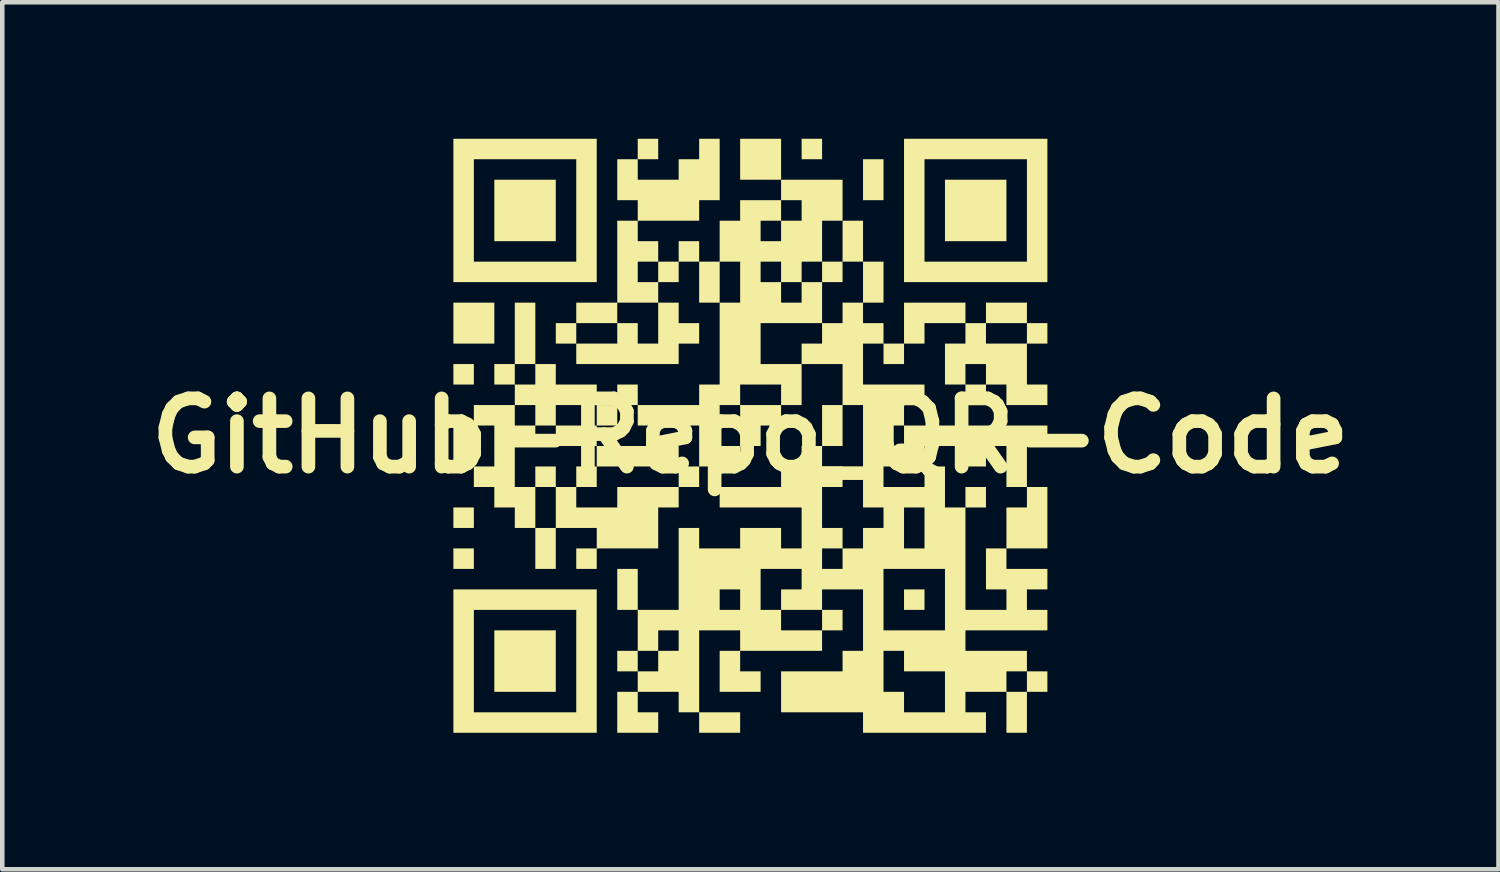
<source format=kicad_pcb>
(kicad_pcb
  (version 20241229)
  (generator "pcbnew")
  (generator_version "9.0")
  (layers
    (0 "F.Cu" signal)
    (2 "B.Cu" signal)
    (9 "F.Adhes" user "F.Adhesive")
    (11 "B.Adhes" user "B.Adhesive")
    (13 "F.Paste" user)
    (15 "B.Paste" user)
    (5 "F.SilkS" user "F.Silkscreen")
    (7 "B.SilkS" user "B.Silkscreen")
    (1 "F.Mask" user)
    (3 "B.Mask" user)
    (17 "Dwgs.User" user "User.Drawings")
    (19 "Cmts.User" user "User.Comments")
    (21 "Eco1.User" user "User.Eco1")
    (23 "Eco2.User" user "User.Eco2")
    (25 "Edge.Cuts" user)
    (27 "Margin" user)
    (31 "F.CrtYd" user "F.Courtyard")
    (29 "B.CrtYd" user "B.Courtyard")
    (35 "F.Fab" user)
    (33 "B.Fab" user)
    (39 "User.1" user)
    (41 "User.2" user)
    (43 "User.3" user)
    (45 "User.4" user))
  (footprint "GitHub-Repo_QR-Code"
    (layer "F.Cu")
    (at 13.443 6.528)
    (property "Reference" "GitHub-Repo_QR-Code" (at 0 0 0) (layer "F.SilkS") (effects (font (size 1.5 1.5) (thickness 0.3))))
    (attr board_only exclude_from_pos_files exclude_from_bom)
    (fp_poly (pts (xy -6.078 -1.351) (xy -6.078 -1.126) (xy -6.303 -1.126) (xy -6.528 -1.126) (xy -6.528 -1.351) (xy -6.528 -1.576) (xy -6.303 -1.576) (xy -6.078 -1.576)) (stroke (width 0) (type solid)) (fill yes) (layer "F.SilkS"))
    (fp_poly (pts (xy -6.078 1.801) (xy -6.078 2.026) (xy -6.303 2.026) (xy -6.528 2.026) (xy -6.528 1.801) (xy -6.528 1.576) (xy -6.303 1.576) (xy -6.078 1.576)) (stroke (width 0) (type solid)) (fill yes) (layer "F.SilkS"))
    (fp_poly (pts (xy -6.078 2.701) (xy -6.078 2.926) (xy -6.303 2.926) (xy -6.528 2.926) (xy -6.528 2.701) (xy -6.528 2.476) (xy -6.303 2.476) (xy -6.078 2.476)) (stroke (width 0) (type solid)) (fill yes) (layer "F.SilkS"))
    (fp_poly (pts (xy -5.628 -2.476) (xy -5.628 -2.026) (xy -6.078 -2.026) (xy -6.528 -2.026) (xy -6.528 -2.476) (xy -6.528 -2.926) (xy -6.078 -2.926) (xy -5.628 -2.926)) (stroke (width 0) (type solid)) (fill yes) (layer "F.SilkS"))
    (fp_poly (pts (xy -4.277 -4.952) (xy -4.277 -4.277) (xy -4.952 -4.277) (xy -5.628 -4.277) (xy -5.628 -4.952) (xy -5.628 -5.628) (xy -4.952 -5.628) (xy -4.277 -5.628)) (stroke (width 0) (type solid)) (fill yes) (layer "F.SilkS"))
    (fp_poly (pts (xy -4.277 0.9) (xy -4.277 1.126) (xy -4.502 1.126) (xy -4.727 1.126) (xy -4.727 0.9) (xy -4.727 0.675) (xy -4.502 0.675) (xy -4.277 0.675)) (stroke (width 0) (type solid)) (fill yes) (layer "F.SilkS"))
    (fp_poly (pts (xy -4.277 4.952) (xy -4.277 5.628) (xy -4.952 5.628) (xy -5.628 5.628) (xy -5.628 4.952) (xy -5.628 4.277) (xy -4.952 4.277) (xy -4.277 4.277)) (stroke (width 0) (type solid)) (fill yes) (layer "F.SilkS"))
    (fp_poly (pts (xy -3.377 0) (xy -3.377 0.225) (xy -3.827 0.225) (xy -4.277 0.225) (xy -4.277 0) (xy -4.277 -0.225) (xy -3.827 -0.225) (xy -3.377 -0.225)) (stroke (width 0) (type solid)) (fill yes) (layer "F.SilkS"))
    (fp_poly (pts (xy -0.225 6.303) (xy -0.225 6.528) (xy -0.675 6.528) (xy -1.126 6.528) (xy -1.126 6.303) (xy -1.126 6.078) (xy -0.675 6.078) (xy -0.225 6.078)) (stroke (width 0) (type solid)) (fill yes) (layer "F.SilkS"))
    (fp_poly (pts (xy 0.675 -6.078) (xy 0.675 -5.628) (xy 0.225 -5.628) (xy -0.225 -5.628) (xy -0.225 -6.078) (xy -0.225 -6.528) (xy 0.225 -6.528) (xy 0.675 -6.528)) (stroke (width 0) (type solid)) (fill yes) (layer "F.SilkS"))
    (fp_poly (pts (xy 1.576 -6.303) (xy 1.576 -6.078) (xy 1.351 -6.078) (xy 1.126 -6.078) (xy 1.126 -6.303) (xy 1.126 -6.528) (xy 1.351 -6.528) (xy 1.576 -6.528)) (stroke (width 0) (type solid)) (fill yes) (layer "F.SilkS"))
    (fp_poly (pts (xy 2.026 -3.602) (xy 2.026 -3.377) (xy 1.801 -3.377) (xy 1.576 -3.377) (xy 1.576 -3.602) (xy 1.576 -3.827) (xy 1.801 -3.827) (xy 2.026 -3.827)) (stroke (width 0) (type solid)) (fill yes) (layer "F.SilkS"))
    (fp_poly (pts (xy 2.476 -4.277) (xy 2.476 -3.827) (xy 2.251 -3.827) (xy 2.026 -3.827) (xy 2.026 -4.277) (xy 2.026 -4.727) (xy 2.251 -4.727) (xy 2.476 -4.727)) (stroke (width 0) (type solid)) (fill yes) (layer "F.SilkS"))
    (fp_poly (pts (xy 2.926 -5.628) (xy 2.926 -5.178) (xy 2.701 -5.178) (xy 2.476 -5.178) (xy 2.476 -5.628) (xy 2.476 -6.078) (xy 2.701 -6.078) (xy 2.926 -6.078)) (stroke (width 0) (type solid)) (fill yes) (layer "F.SilkS"))
    (fp_poly (pts (xy 3.827 3.602) (xy 3.827 3.827) (xy 3.602 3.827) (xy 3.377 3.827) (xy 3.377 3.602) (xy 3.377 3.377) (xy 3.602 3.377) (xy 3.827 3.377)) (stroke (width 0) (type solid)) (fill yes) (layer "F.SilkS"))
    (fp_poly (pts (xy 5.178 1.351) (xy 5.178 1.576) (xy 4.952 1.576) (xy 4.727 1.576) (xy 4.727 1.351) (xy 4.727 1.126) (xy 4.952 1.126) (xy 5.178 1.126)) (stroke (width 0) (type solid)) (fill yes) (layer "F.SilkS"))
    (fp_poly (pts (xy 5.628 -4.952) (xy 5.628 -4.277) (xy 4.952 -4.277) (xy 4.277 -4.277) (xy 4.277 -4.952) (xy 4.277 -5.628) (xy 4.952 -5.628) (xy 5.628 -5.628)) (stroke (width 0) (type solid)) (fill yes) (layer "F.SilkS"))
    (fp_poly (pts (xy -1.576 0.45) (xy -1.576 0.675) (xy -2.476 0.675) (xy -3.377 0.675) (xy -3.377 0.9) (xy -3.377 1.126) (xy -3.602 1.126) (xy -3.827 1.126) (xy -3.827 0.9) (xy -3.827 0.675) (xy -3.602 0.675) (xy -3.377 0.675) (xy -3.377 0.45) (xy -3.377 0.225) (xy -2.476 0.225) (xy -1.576 0.225)) (stroke (width 0) (type solid)) (fill yes) (layer "F.SilkS"))
    (fp_poly (pts (xy -3.377 -4.952) (xy -3.377 -3.377) (xy -4.952 -3.377) (xy -6.528 -3.377) (xy -6.528 -4.952) (xy -6.528 -6.078) (xy -6.078 -6.078) (xy -6.078 -4.952) (xy -6.078 -3.827) (xy -4.952 -3.827) (xy -3.827 -3.827) (xy -3.827 -4.952) (xy -3.827 -6.078) (xy -4.952 -6.078) (xy -6.078 -6.078) (xy -6.528 -6.078) (xy -6.528 -6.528) (xy -4.952 -6.528) (xy -3.377 -6.528)) (stroke (width 0) (type solid)) (fill yes) (layer "F.SilkS"))
    (fp_poly (pts (xy -3.377 4.952) (xy -3.377 6.528) (xy -4.952 6.528) (xy -6.528 6.528) (xy -6.528 4.952) (xy -6.528 3.827) (xy -6.078 3.827) (xy -6.078 4.952) (xy -6.078 6.078) (xy -4.952 6.078) (xy -3.827 6.078) (xy -3.827 4.952) (xy -3.827 3.827) (xy -4.952 3.827) (xy -6.078 3.827) (xy -6.528 3.827) (xy -6.528 3.377) (xy -4.952 3.377) (xy -3.377 3.377)) (stroke (width 0) (type solid)) (fill yes) (layer "F.SilkS"))
    (fp_poly (pts (xy 6.528 -4.952) (xy 6.528 -3.377) (xy 4.952 -3.377) (xy 3.377 -3.377) (xy 3.377 -4.952) (xy 3.377 -6.078) (xy 3.827 -6.078) (xy 3.827 -4.952) (xy 3.827 -3.827) (xy 4.952 -3.827) (xy 6.078 -3.827) (xy 6.078 -4.952) (xy 6.078 -6.078) (xy 4.952 -6.078) (xy 3.827 -6.078) (xy 3.377 -6.078) (xy 3.377 -6.528) (xy 4.952 -6.528) (xy 6.528 -6.528)) (stroke (width 0) (type solid)) (fill yes) (layer "F.SilkS"))
    (fp_poly (pts (xy -2.026 -6.303) (xy -2.026 -6.078) (xy -2.251 -6.078) (xy -2.476 -6.078) (xy -2.476 -5.853) (xy -2.476 -5.628) (xy -2.026 -5.628) (xy -1.576 -5.628) (xy -1.576 -5.853) (xy -1.576 -6.078) (xy -1.351 -6.078) (xy -1.126 -6.078) (xy -1.126 -6.303) (xy -1.126 -6.528) (xy -0.9 -6.528) (xy -0.675 -6.528) (xy -0.675 -5.853) (xy -0.675 -5.178) (xy -0.9 -5.178) (xy -1.126 -5.178) (xy -1.126 -4.952) (xy -1.126 -4.727) (xy -1.801 -4.727) (xy -2.476 -4.727) (xy -2.476 -4.502) (xy -2.476 -4.277) (xy -2.251 -4.277) (xy -2.026 -4.277) (xy -2.026 -4.052) (xy -2.026 -3.827) (xy -1.801 -3.827) (xy -1.576 -3.827) (xy -1.576 -4.052) (xy -1.576 -4.277) (xy -1.351 -4.277) (xy -1.126 -4.277) (xy -1.126 -4.052) (xy -1.126 -3.827) (xy -0.9 -3.827) (xy -0.675 -3.827) (xy -0.675 -3.377) (xy -0.675 -2.926) (xy -0.45 -2.926) (xy -0.225 -2.926) (xy -0.225 -3.377) (xy -0.225 -3.827) (xy -0.45 -3.827) (xy -0.675 -3.827) (xy -0.675 -4.277) (xy 0.225 -4.277) (xy 0.45 -4.277) (xy 0.675 -4.277) (xy 0.675 -4.502) (xy 0.675 -4.727) (xy 0.9 -4.727) (xy 1.126 -4.727) (xy 1.126 -4.952) (xy 1.126 -5.178) (xy 0.9 -5.178) (xy 0.675 -5.178) (xy 0.675 -4.952) (xy 0.675 -4.727) (xy 0.45 -4.727) (xy 0.225 -4.727) (xy 0.225 -4.502) (xy 0.225 -4.277) (xy -0.675 -4.277) (xy -0.675 -4.727) (xy -0.45 -4.727) (xy -0.225 -4.727) (xy -0.225 -4.952) (xy -0.225 -5.178) (xy 0.225 -5.178) (xy 0.675 -5.178) (xy 0.675 -5.403) (xy 0.675 -5.628) (xy 1.351 -5.628) (xy 2.026 -5.628) (xy 2.026 -5.178) (xy 2.026 -4.727) (xy 1.801 -4.727) (xy 1.576 -4.727) (xy 1.576 -4.277) (xy 1.576 -3.827) (xy 1.351 -3.827) (xy 1.126 -3.827) (xy 1.126 -3.602) (xy 1.126 -3.377) (xy 0.9 -3.377) (xy 0.675 -3.377) (xy 0.675 -3.602) (xy 0.675 -3.827) (xy 0.45 -3.827) (xy 0.225 -3.827) (xy 0.225 -3.602) (xy 0.225 -3.377) (xy 0.45 -3.377) (xy 0.675 -3.377) (xy 0.675 -3.152) (xy 0.675 -2.926) (xy 0.9 -2.926) (xy 1.126 -2.926) (xy 1.126 -3.152) (xy 1.126 -3.377) (xy 1.351 -3.377) (xy 1.576 -3.377) (xy 1.576 -2.926) (xy 1.576 -2.476) (xy 0.9 -2.476) (xy 0.225 -2.476) (xy 0.225 -2.026) (xy 0.225 -1.576) (xy 0.675 -1.576) (xy 1.126 -1.576) (xy 1.126 -1.801) (xy 1.126 -2.026) (xy 1.351 -2.026) (xy 1.576 -2.026) (xy 1.576 -2.251) (xy 1.576 -2.476) (xy 1.801 -2.476) (xy 2.026 -2.476) (xy 2.026 -2.701) (xy 2.026 -2.926) (xy 2.251 -2.926) (xy 2.476 -2.926) (xy 2.476 -3.377) (xy 2.476 -3.827) (xy 2.701 -3.827) (xy 2.926 -3.827) (xy 2.926 -3.377) (xy 2.926 -2.926) (xy 2.701 -2.926) (xy 2.476 -2.926) (xy 2.476 -2.701) (xy 2.476 -2.476) (xy 2.701 -2.476) (xy 2.926 -2.476) (xy 2.926 -2.251) (xy 2.926 -2.026) (xy 3.152 -2.026) (xy 3.377 -2.026) (xy 3.377 -2.476) (xy 3.377 -2.926) (xy 4.052 -2.926) (xy 4.727 -2.926) (xy 4.727 -2.701) (xy 4.727 -2.476) (xy 4.952 -2.476) (xy 5.178 -2.476) (xy 5.178 -2.701) (xy 5.178 -2.926) (xy 5.628 -2.926) (xy 6.078 -2.926) (xy 6.078 -2.701) (xy 6.078 -2.476) (xy 5.628 -2.476) (xy 5.178 -2.476) (xy 5.178 -2.251) (xy 5.178 -2.026) (xy 5.628 -2.026) (xy 6.078 -2.026) (xy 6.078 -2.251) (xy 6.078 -2.476) (xy 6.303 -2.476) (xy 6.528 -2.476) (xy 6.528 -2.251) (xy 6.528 -2.026) (xy 6.303 -2.026) (xy 6.078 -2.026) (xy 6.078 -1.576) (xy 6.078 -1.126) (xy 6.303 -1.126) (xy 6.528 -1.126) (xy 6.528 -0.9) (xy 6.528 -0.675) (xy 6.078 -0.675) (xy 5.628 -0.675) (xy 5.628 -0.9) (xy 5.628 -1.126) (xy 5.403 -1.126) (xy 5.178 -1.126) (xy 5.178 -0.9) (xy 5.178 -0.675) (xy 4.952 -0.675) (xy 4.727 -0.675) (xy 4.727 -0.9) (xy 4.727 -1.126) (xy 4.502 -1.126) (xy 4.277 -1.126) (xy 4.277 -1.576) (xy 4.727 -1.576) (xy 4.727 -1.351) (xy 4.727 -1.126) (xy 4.952 -1.126) (xy 5.178 -1.126) (xy 5.178 -1.351) (xy 5.178 -1.576) (xy 4.952 -1.576) (xy 4.727 -1.576) (xy 4.277 -1.576) (xy 4.277 -2.026) (xy 4.502 -2.026) (xy 4.727 -2.026) (xy 4.727 -2.251) (xy 4.727 -2.476) (xy 4.277 -2.476) (xy 3.827 -2.476) (xy 3.827 -2.251) (xy 3.827 -2.026) (xy 3.602 -2.026) (xy 3.377 -2.026) (xy 3.377 -1.801) (xy 3.377 -1.576) (xy 3.152 -1.576) (xy 2.926 -1.576) (xy 2.926 -1.801) (xy 2.926 -2.026) (xy 2.701 -2.026) (xy 2.476 -2.026) (xy 2.476 -1.576) (xy 2.476 -1.126) (xy 3.152 -1.126) (xy 3.827 -1.126) (xy 3.827 -0.9) (xy 3.827 -0.675) (xy 3.602 -0.675) (xy 3.377 -0.675) (xy 3.377 -0.45) (xy 3.377 -0.225) (xy 3.152 -0.225) (xy 2.926 -0.225) (xy 2.926 0) (xy 2.926 0.225) (xy 3.152 0.225) (xy 3.377 0.225) (xy 3.377 0) (xy 3.377 -0.225) (xy 4.952 -0.225) (xy 6.528 -0.225) (xy 6.528 0) (xy 6.528 0.225) (xy 6.303 0.225) (xy 6.078 0.225) (xy 6.078 0.675) (xy 6.078 1.126) (xy 5.853 1.126) (xy 5.628 1.126) (xy 5.628 0.675) (xy 5.628 0.225) (xy 5.403 0.225) (xy 5.178 0.225) (xy 5.178 0.45) (xy 5.178 0.675) (xy 4.952 0.675) (xy 4.727 0.675) (xy 4.727 0.45) (xy 4.727 0.225) (xy 4.277 0.225) (xy 3.827 0.225) (xy 3.827 0.45) (xy 3.827 0.675) (xy 3.377 0.675) (xy 2.926 0.675) (xy 2.926 0.9) (xy 2.926 1.126) (xy 3.377 1.126) (xy 3.827 1.126) (xy 3.827 0.9) (xy 3.827 0.675) (xy 4.052 0.675) (xy 4.277 0.675) (xy 4.277 1.126) (xy 4.277 1.576) (xy 4.502 1.576) (xy 4.727 1.576) (xy 4.727 2.701) (xy 4.727 3.827) (xy 5.178 3.827) (xy 5.628 3.827) (xy 5.628 3.602) (xy 5.628 3.377) (xy 5.403 3.377) (xy 5.178 3.377) (xy 5.178 2.926) (xy 5.178 2.476) (xy 5.403 2.476) (xy 5.628 2.476) (xy 5.628 2.026) (xy 5.628 1.576) (xy 5.853 1.576) (xy 6.078 1.576) (xy 6.078 1.351) (xy 6.078 1.126) (xy 6.303 1.126) (xy 6.528 1.126) (xy 6.528 1.801) (xy 6.528 2.476) (xy 6.078 2.476) (xy 5.628 2.476) (xy 5.628 2.701) (xy 5.628 2.926) (xy 6.078 2.926) (xy 6.528 2.926) (xy 6.528 3.152) (xy 6.528 3.377) (xy 6.303 3.377) (xy 6.078 3.377) (xy 6.078 3.602) (xy 6.078 3.827) (xy 6.303 3.827) (xy 6.528 3.827) (xy 6.528 4.052) (xy 6.528 4.277) (xy 5.628 4.277) (xy 4.727 4.277) (xy 4.727 4.502) (xy 4.727 4.727) (xy 5.403 4.727) (xy 6.078 4.727) (xy 6.078 4.952) (xy 6.078 5.178) (xy 5.853 5.178) (xy 5.628 5.178) (xy 5.628 5.403) (xy 5.628 5.628) (xy 5.853 5.628) (xy 6.078 5.628) (xy 6.078 5.403) (xy 6.078 5.178) (xy 6.303 5.178) (xy 6.528 5.178) (xy 6.528 5.403) (xy 6.528 5.628) (xy 6.303 5.628) (xy 6.078 5.628) (xy 6.078 6.078) (xy 6.078 6.528) (xy 5.853 6.528) (xy 5.628 6.528) (xy 5.628 6.078) (xy 5.628 5.628) (xy 5.178 5.628) (xy 4.727 5.628) (xy 4.727 5.853) (xy 4.727 6.078) (xy 4.952 6.078) (xy 5.178 6.078) (xy 5.178 6.303) (xy 5.178 6.528) (xy 3.827 6.528) (xy 2.476 6.528) (xy 2.476 6.303) (xy 2.476 6.078) (xy 1.576 6.078) (xy 0.675 6.078) (xy 0.675 5.628) (xy 0.675 5.178) (xy 1.351 5.178) (xy 2.026 5.178) (xy 2.026 4.952) (xy 2.026 4.727) (xy 2.251 4.727) (xy 2.476 4.727) (xy 2.926 4.727) (xy 2.926 5.178) (xy 2.926 5.628) (xy 3.152 5.628) (xy 3.377 5.628) (xy 3.377 5.853) (xy 3.377 6.078) (xy 3.827 6.078) (xy 4.277 6.078) (xy 4.277 5.628) (xy 4.277 5.178) (xy 3.827 5.178) (xy 3.377 5.178) (xy 3.377 4.952) (xy 3.377 4.727) (xy 3.152 4.727) (xy 2.926 4.727) (xy 2.476 4.727) (xy 2.476 4.052) (xy 2.476 3.377) (xy 2.026 3.377) (xy 1.576 3.377) (xy 1.576 3.602) (xy 1.576 3.827) (xy 1.126 3.827) (xy 0.675 3.827) (xy 0.675 4.052) (xy 0.675 4.277) (xy 1.126 4.277) (xy 1.576 4.277) (xy 1.576 4.052) (xy 1.576 3.827) (xy 1.801 3.827) (xy 2.026 3.827) (xy 2.026 4.052) (xy 2.026 4.277) (xy 1.801 4.277) (xy 1.576 4.277) (xy 1.576 4.502) (xy 1.576 4.727) (xy 0.675 4.727) (xy -0.225 4.727) (xy -0.225 4.952) (xy -0.225 5.178) (xy 0 5.178) (xy 0.225 5.178) (xy 0.225 5.403) (xy 0.225 5.628) (xy -0.225 5.628) (xy -0.675 5.628) (xy -0.675 5.178) (xy -0.675 4.727) (xy -0.45 4.727) (xy -0.225 4.727) (xy -0.225 4.502) (xy -0.225 4.277) (xy -0.675 4.277) (xy -1.126 4.277) (xy -1.126 5.178) (xy -1.126 6.078) (xy -1.351 6.078) (xy -1.576 6.078) (xy -1.576 5.853) (xy -1.576 5.628) (xy -2.026 5.628) (xy -2.476 5.628) (xy -2.476 5.853) (xy -2.476 6.078) (xy -2.251 6.078) (xy -2.026 6.078) (xy -2.026 6.303) (xy -2.026 6.528) (xy -2.476 6.528) (xy -2.926 6.528) (xy -2.926 6.078) (xy -2.926 5.628) (xy -2.701 5.628) (xy -2.476 5.628) (xy -2.476 5.403) (xy -2.476 5.178) (xy -2.251 5.178) (xy -2.026 5.178) (xy -2.026 4.952) (xy -2.026 4.727) (xy -1.801 4.727) (xy -1.576 4.727) (xy -1.576 4.502) (xy -1.576 4.277) (xy -1.801 4.277) (xy -2.026 4.277) (xy -2.026 4.502) (xy -2.026 4.727) (xy -2.251 4.727) (xy -2.476 4.727) (xy -2.476 4.952) (xy -2.476 5.178) (xy -2.701 5.178) (xy -2.926 5.178) (xy -2.926 4.952) (xy -2.926 4.727) (xy -2.701 4.727) (xy -2.476 4.727) (xy -2.476 4.277) (xy -2.476 3.827) (xy -2.701 3.827) (xy -2.926 3.827) (xy -2.926 3.377) (xy -2.926 2.926) (xy -2.701 2.926) (xy -2.476 2.926) (xy -2.476 3.377) (xy -2.476 3.827) (xy -2.026 3.827) (xy -1.576 3.827) (xy -1.576 3.377) (xy -0.675 3.377) (xy -0.675 3.602) (xy -0.675 3.827) (xy -0.45 3.827) (xy -0.225 3.827) (xy -0.225 3.602) (xy -0.225 3.377) (xy -0.45 3.377) (xy -0.675 3.377) (xy -1.576 3.377) (xy -1.576 2.926) (xy 0.225 2.926) (xy 0.225 3.377) (xy 0.225 3.827) (xy 0.45 3.827) (xy 0.675 3.827) (xy 0.675 3.602) (xy 0.675 3.377) (xy 0.9 3.377) (xy 1.126 3.377) (xy 1.126 3.152) (xy 1.126 2.926) (xy 1.576 2.926) (xy 1.801 2.926) (xy 2.026 2.926) (xy 2.926 2.926) (xy 2.926 3.602) (xy 2.926 4.277) (xy 3.602 4.277) (xy 4.277 4.277) (xy 4.277 3.602) (xy 4.277 2.926) (xy 3.602 2.926) (xy 2.926 2.926) (xy 2.026 2.926) (xy 2.026 2.701) (xy 2.026 2.476) (xy 2.251 2.476) (xy 2.476 2.476) (xy 2.476 2.251) (xy 2.476 2.026) (xy 2.701 2.026) (xy 2.926 2.026) (xy 2.926 1.801) (xy 2.926 1.576) (xy 3.377 1.576) (xy 3.377 2.026) (xy 3.377 2.476) (xy 3.602 2.476) (xy 3.827 2.476) (xy 3.827 2.026) (xy 3.827 1.576) (xy 3.602 1.576) (xy 3.377 1.576) (xy 2.926 1.576) (xy 2.701 1.576) (xy 2.476 1.576) (xy 2.476 0.45) (xy 2.476 -0.675) (xy 2.251 -0.675) (xy 2.026 -0.675) (xy 2.026 -0.225) (xy 2.026 0.225) (xy 1.801 0.225) (xy 1.576 0.225) (xy 1.576 0.45) (xy 1.576 0.675) (xy 1.801 0.675) (xy 2.026 0.675) (xy 2.026 0.9) (xy 2.026 1.126) (xy 1.801 1.126) (xy 1.576 1.126) (xy 1.576 1.576) (xy 1.576 2.026) (xy 1.801 2.026) (xy 2.026 2.026) (xy 2.026 2.251) (xy 2.026 2.476) (xy 1.801 2.476) (xy 1.576 2.476) (xy 1.576 2.701) (xy 1.576 2.926) (xy 1.126 2.926) (xy 0.675 2.926) (xy 0.225 2.926) (xy -1.576 2.926) (xy -1.576 2.026) (xy -1.351 2.026) (xy -1.126 2.026) (xy -1.126 2.251) (xy -1.126 2.476) (xy -0.675 2.476) (xy -0.225 2.476) (xy -0.225 2.251) (xy -0.225 2.026) (xy 0.225 2.026) (xy 0.675 2.026) (xy 0.675 2.251) (xy 0.675 2.476) (xy 0.9 2.476) (xy 1.126 2.476) (xy 1.126 2.026) (xy 1.126 1.576) (xy 0.225 1.576) (xy -0.675 1.576) (xy -0.675 1.351) (xy -0.675 1.126) (xy 0 1.126) (xy 0.675 1.126) (xy 0.675 0.9) (xy 0.675 0.675) (xy 0.9 0.675) (xy 1.126 0.675) (xy 1.126 0.45) (xy 1.126 0.225) (xy 1.351 0.225) (xy 1.576 0.225) (xy 1.576 -0.225) (xy 1.576 -0.675) (xy 1.801 -0.675) (xy 2.026 -0.675) (xy 2.026 -1.126) (xy 2.026 -1.576) (xy 1.576 -1.576) (xy 1.126 -1.576) (xy 1.126 -1.126) (xy 1.126 -0.675) (xy 0.9 -0.675) (xy 0.675 -0.675) (xy 0.675 -0.45) (xy 0.675 -0.225) (xy 0.45 -0.225) (xy 0.225 -0.225) (xy 0.225 0) (xy 0.225 0.225) (xy 0 0.225) (xy -0.225 0.225) (xy -0.225 0.45) (xy -0.225 0.675) (xy -0.675 0.675) (xy -1.126 0.675) (xy -1.126 0.9) (xy -1.126 1.126) (xy -1.351 1.126) (xy -1.576 1.126) (xy -1.576 1.351) (xy -1.576 1.576) (xy -1.801 1.576) (xy -2.026 1.576) (xy -2.026 2.026) (xy -2.026 2.476) (xy -2.701 2.476) (xy -3.377 2.476) (xy -3.377 2.701) (xy -3.377 2.926) (xy -3.602 2.926) (xy -3.827 2.926) (xy -3.827 2.701) (xy -3.827 2.476) (xy -3.602 2.476) (xy -3.377 2.476) (xy -3.377 2.251) (xy -3.377 2.026) (xy -3.827 2.026) (xy -4.277 2.026) (xy -4.277 2.476) (xy -4.277 2.926) (xy -4.502 2.926) (xy -4.727 2.926) (xy -4.727 2.476) (xy -4.727 2.026) (xy -4.952 2.026) (xy -5.178 2.026) (xy -5.178 1.801) (xy -5.178 1.576) (xy -5.403 1.576) (xy -5.628 1.576) (xy -5.628 1.351) (xy -5.628 1.126) (xy -5.853 1.126) (xy -6.078 1.126) (xy -6.078 0.9) (xy -6.078 0.675) (xy -6.303 0.675) (xy -6.528 0.675) (xy -6.528 0.225) (xy -6.528 -0.225) (xy -6.303 -0.225) (xy -6.078 -0.225) (xy -6.078 0.225) (xy -6.078 0.675) (xy -5.853 0.675) (xy -5.628 0.675) (xy -5.628 0.225) (xy -5.628 -0.225) (xy -5.853 -0.225) (xy -6.078 -0.225) (xy -6.078 -0.45) (xy -6.078 -0.675) (xy -5.628 -0.675) (xy -5.178 -0.675) (xy -5.178 -0.45) (xy -5.178 -0.225) (xy -4.952 -0.225) (xy -4.727 -0.225) (xy -4.727 0) (xy -4.727 0.225) (xy -4.952 0.225) (xy -5.178 0.225) (xy -5.178 0.675) (xy -5.178 1.126) (xy -4.952 1.126) (xy -4.727 1.126) (xy -4.727 1.576) (xy -4.727 2.026) (xy -4.502 2.026) (xy -4.277 2.026) (xy -4.277 1.576) (xy -4.277 1.126) (xy -4.052 1.126) (xy -3.827 1.126) (xy -3.827 1.351) (xy -3.827 1.576) (xy -3.377 1.576) (xy -2.926 1.576) (xy -2.926 1.351) (xy -2.926 1.126) (xy -2.251 1.126) (xy -1.576 1.126) (xy -1.576 0.9) (xy -1.576 0.675) (xy -1.351 0.675) (xy -1.126 0.675) (xy -1.126 0.225) (xy -0.675 0.225) (xy -0.45 0.225) (xy -0.225 0.225) (xy -0.225 -0.225) (xy -0.225 -0.675) (xy 0.225 -0.675) (xy 0.675 -0.675) (xy 0.675 -0.9) (xy 0.675 -1.126) (xy 0.225 -1.126) (xy -0.225 -1.126) (xy -0.225 -0.9) (xy -0.225 -0.675) (xy -0.45 -0.675) (xy -0.675 -0.675) (xy -0.675 -0.225) (xy -0.675 0.225) (xy -1.126 0.225) (xy -1.126 -0.225) (xy -1.801 -0.225) (xy -2.476 -0.225) (xy -2.476 -0.45) (xy -2.476 -0.675) (xy -2.701 -0.675) (xy -2.926 -0.675) (xy -2.926 -0.45) (xy -2.926 -0.225) (xy -3.152 -0.225) (xy -3.377 -0.225) (xy -3.377 -0.45) (xy -3.377 -0.675) (xy -3.827 -0.675) (xy -4.277 -0.675) (xy -4.277 -0.45) (xy -4.277 -0.225) (xy -4.502 -0.225) (xy -4.727 -0.225) (xy -4.727 -0.45) (xy -4.727 -0.675) (xy -4.952 -0.675) (xy -5.178 -0.675) (xy -5.178 -0.9) (xy -5.178 -1.126) (xy -5.403 -1.126) (xy -5.628 -1.126) (xy -5.628 -1.351) (xy -5.628 -1.576) (xy -5.403 -1.576) (xy -5.178 -1.576) (xy -5.178 -2.251) (xy -5.178 -2.926) (xy -4.952 -2.926) (xy -4.727 -2.926) (xy -4.727 -2.251) (xy -4.727 -1.576) (xy -4.952 -1.576) (xy -5.178 -1.576) (xy -5.178 -1.351) (xy -5.178 -1.126) (xy -4.952 -1.126) (xy -4.727 -1.126) (xy -4.727 -1.351) (xy -4.727 -1.576) (xy -4.502 -1.576) (xy -4.277 -1.576) (xy -4.277 -1.351) (xy -4.277 -1.126) (xy -3.827 -1.126) (xy -3.377 -1.126) (xy -3.377 -0.9) (xy -3.377 -0.675) (xy -3.152 -0.675) (xy -2.926 -0.675) (xy -2.926 -0.9) (xy -2.926 -1.126) (xy -2.701 -1.126) (xy -2.476 -1.126) (xy -2.476 -0.9) (xy -2.476 -0.675) (xy -1.801 -0.675) (xy -1.126 -0.675) (xy -1.126 -0.9) (xy -1.126 -1.126) (xy -0.9 -1.126) (xy -0.675 -1.126) (xy -0.675 -2.026) (xy -0.675 -2.926) (xy -0.9 -2.926) (xy -1.126 -2.926) (xy -1.126 -3.377) (xy -1.126 -3.827) (xy -1.351 -3.827) (xy -1.576 -3.827) (xy -1.576 -3.602) (xy -1.576 -3.377) (xy -1.801 -3.377) (xy -2.026 -3.377) (xy -2.026 -3.152) (xy -2.026 -2.926) (xy -2.476 -2.926) (xy -2.926 -2.926) (xy -2.926 -2.701) (xy -2.926 -2.476) (xy -3.377 -2.476) (xy -3.827 -2.476) (xy -3.827 -2.251) (xy -3.827 -2.026) (xy -3.377 -2.026) (xy -2.926 -2.026) (xy -2.926 -2.251) (xy -2.926 -2.476) (xy -2.701 -2.476) (xy -2.476 -2.476) (xy -2.476 -2.251) (xy -2.476 -2.026) (xy -2.251 -2.026) (xy -2.026 -2.026) (xy -2.026 -2.476) (xy -2.026 -2.926) (xy -1.801 -2.926) (xy -1.576 -2.926) (xy -1.576 -2.701) (xy -1.576 -2.476) (xy -1.351 -2.476) (xy -1.126 -2.476) (xy -1.126 -2.251) (xy -1.126 -2.026) (xy -1.351 -2.026) (xy -1.576 -2.026) (xy -1.576 -1.801) (xy -1.576 -1.576) (xy -2.701 -1.576) (xy -3.827 -1.576) (xy -3.827 -1.801) (xy -3.827 -2.026) (xy -4.052 -2.026) (xy -4.277 -2.026) (xy -4.277 -2.251) (xy -4.277 -2.476) (xy -4.052 -2.476) (xy -3.827 -2.476) (xy -3.827 -2.701) (xy -3.827 -2.926) (xy -3.377 -2.926) (xy -2.926 -2.926) (xy -2.926 -3.827) (xy -2.476 -3.827) (xy -2.476 -3.602) (xy -2.476 -3.377) (xy -2.251 -3.377) (xy -2.026 -3.377) (xy -2.026 -3.602) (xy -2.026 -3.827) (xy -2.251 -3.827) (xy -2.476 -3.827) (xy -2.926 -3.827) (xy -2.926 -4.727) (xy -2.701 -4.727) (xy -2.476 -4.727) (xy -2.476 -4.952) (xy -2.476 -5.178) (xy -2.701 -5.178) (xy -2.926 -5.178) (xy -2.926 -5.628) (xy -2.926 -6.078) (xy -2.701 -6.078) (xy -2.476 -6.078) (xy -2.476 -6.303) (xy -2.476 -6.528) (xy -2.251 -6.528) (xy -2.026 -6.528)) (stroke (width 0) (type solid)) (fill yes) (layer "F.SilkS")))
  (gr_rect
    (start -3 -3)
    (end 29.886 16.056)
    (stroke (width 0.1) (type default))
    (fill no)
    (layer "Edge.Cuts")))
</source>
